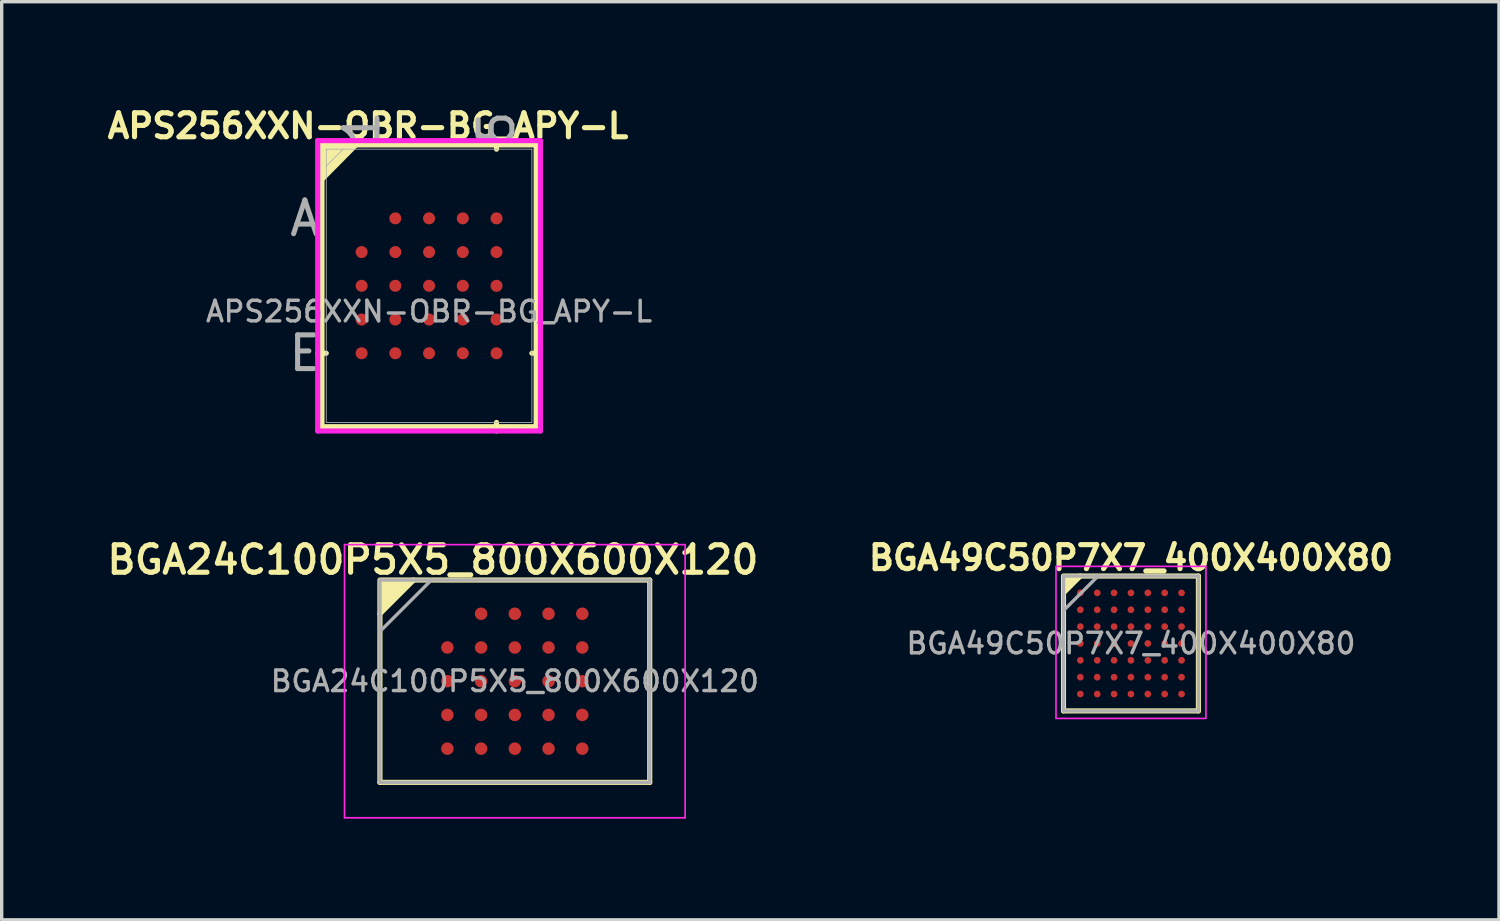
<source format=kicad_pcb>
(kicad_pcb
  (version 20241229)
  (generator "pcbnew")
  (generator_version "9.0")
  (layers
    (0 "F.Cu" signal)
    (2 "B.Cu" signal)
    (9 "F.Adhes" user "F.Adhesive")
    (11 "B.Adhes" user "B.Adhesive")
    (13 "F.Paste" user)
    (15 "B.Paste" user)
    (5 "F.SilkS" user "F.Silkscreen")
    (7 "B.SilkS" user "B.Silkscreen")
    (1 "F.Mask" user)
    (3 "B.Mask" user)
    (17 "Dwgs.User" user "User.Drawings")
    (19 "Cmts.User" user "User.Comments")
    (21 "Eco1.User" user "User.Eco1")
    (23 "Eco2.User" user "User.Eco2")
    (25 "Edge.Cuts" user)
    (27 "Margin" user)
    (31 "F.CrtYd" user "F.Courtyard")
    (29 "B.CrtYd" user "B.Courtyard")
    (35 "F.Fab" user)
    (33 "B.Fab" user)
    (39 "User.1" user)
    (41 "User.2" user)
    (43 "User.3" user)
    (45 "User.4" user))
  (footprint "BGA24C100P5X5_800X600X120"
    (layer "F.Cu")
    (at 12.215 17.148)
    (property "Reference" "BGA24C100P5X5_800X600X120" (at -2.43 -3.6 0) (layer "F.SilkS") (effects (font (size 0.813 0.813) (thickness 0.152) (bold yes))))
    (attr smd)
    (fp_line (start -4 3) (end -4 -2) (stroke (width 0.152) (type solid)) (layer "F.SilkS"))
    (fp_line (start -3 -3) (end 4 -3) (stroke (width 0.152) (type solid)) (layer "F.SilkS"))
    (fp_line (start 4 -3) (end 4 3) (stroke (width 0.152) (type solid)) (layer "F.SilkS"))
    (fp_line (start 4 3) (end -4 3) (stroke (width 0.152) (type solid)) (layer "F.SilkS"))
    (fp_poly (pts (xy -3 -3) (xy -4 -3) (xy -4 -2)) (stroke (width 0.152) (type solid)) (fill yes) (layer "F.SilkS"))
    (fp_line (start -5.05 -4.05) (end 5.05 -4.05) (stroke (width 0.05) (type solid)) (layer "F.CrtYd"))
    (fp_line (start -5.05 4.05) (end -5.05 -4.05) (stroke (width 0.05) (type solid)) (layer "F.CrtYd"))
    (fp_line (start 5.05 -4.05) (end 5.05 4.05) (stroke (width 0.05) (type solid)) (layer "F.CrtYd"))
    (fp_line (start 5.05 4.05) (end -5.05 4.05) (stroke (width 0.05) (type solid)) (layer "F.CrtYd"))
    (fp_line (start -4 -3) (end 4 -3) (stroke (width 0.1) (type solid)) (layer "F.Fab"))
    (fp_line (start -4 -1.475) (end -2.475 -3) (stroke (width 0.1) (type solid)) (layer "F.Fab"))
    (fp_line (start -4 3) (end -4 -3) (stroke (width 0.1) (type solid)) (layer "F.Fab"))
    (fp_line (start 4 -3) (end 4 3) (stroke (width 0.1) (type solid)) (layer "F.Fab"))
    (fp_line (start 4 3) (end -4 3) (stroke (width 0.1) (type solid)) (layer "F.Fab"))
    (fp_text user "${REFERENCE}" (at 0 0 0) (layer "F.Fab") (effects (font (size 0.61 0.61) (thickness 0.102) (bold yes))))
    (pad "A2" smd circle (at -1 -2 90) (size 0.37 0.37) (layers "F.Cu" "F.Mask" "F.Paste"))
    (pad "A3" smd circle (at 0 -2 90) (size 0.37 0.37) (layers "F.Cu" "F.Mask" "F.Paste"))
    (pad "A4" smd circle (at 1 -2 90) (size 0.37 0.37) (layers "F.Cu" "F.Mask" "F.Paste"))
    (pad "A5" smd circle (at 2 -2 90) (size 0.37 0.37) (layers "F.Cu" "F.Mask" "F.Paste"))
    (pad "B1" smd circle (at -2 -1 90) (size 0.37 0.37) (layers "F.Cu" "F.Mask" "F.Paste"))
    (pad "B2" smd circle (at -1 -1 90) (size 0.37 0.37) (layers "F.Cu" "F.Mask" "F.Paste"))
    (pad "B3" smd circle (at 0 -1 90) (size 0.37 0.37) (layers "F.Cu" "F.Mask" "F.Paste"))
    (pad "B4" smd circle (at 1 -1 90) (size 0.37 0.37) (layers "F.Cu" "F.Mask" "F.Paste"))
    (pad "B5" smd circle (at 2 -1 90) (size 0.37 0.37) (layers "F.Cu" "F.Mask" "F.Paste"))
    (pad "C1" smd circle (at -2 0 90) (size 0.37 0.37) (layers "F.Cu" "F.Mask" "F.Paste"))
    (pad "C2" smd circle (at -1 0 90) (size 0.37 0.37) (layers "F.Cu" "F.Mask" "F.Paste"))
    (pad "C3" smd circle (at 0 0 90) (size 0.37 0.37) (layers "F.Cu" "F.Mask" "F.Paste"))
    (pad "C4" smd circle (at 1 0 90) (size 0.37 0.37) (layers "F.Cu" "F.Mask" "F.Paste"))
    (pad "C5" smd circle (at 2 0 90) (size 0.37 0.37) (layers "F.Cu" "F.Mask" "F.Paste"))
    (pad "D1" smd circle (at -2 1 90) (size 0.37 0.37) (layers "F.Cu" "F.Mask" "F.Paste"))
    (pad "D2" smd circle (at -1 1 90) (size 0.37 0.37) (layers "F.Cu" "F.Mask" "F.Paste"))
    (pad "D3" smd circle (at 0 1 90) (size 0.37 0.37) (layers "F.Cu" "F.Mask" "F.Paste"))
    (pad "D4" smd circle (at 1 1 90) (size 0.37 0.37) (layers "F.Cu" "F.Mask" "F.Paste"))
    (pad "D5" smd circle (at 2 1 90) (size 0.37 0.37) (layers "F.Cu" "F.Mask" "F.Paste"))
    (pad "E1" smd circle (at -2 2 90) (size 0.37 0.37) (layers "F.Cu" "F.Mask" "F.Paste"))
    (pad "E2" smd circle (at -1 2 90) (size 0.37 0.37) (layers "F.Cu" "F.Mask" "F.Paste"))
    (pad "E3" smd circle (at 0 2 90) (size 0.37 0.37) (layers "F.Cu" "F.Mask" "F.Paste"))
    (pad "E4" smd circle (at 1 2 90) (size 0.37 0.37) (layers "F.Cu" "F.Mask" "F.Paste"))
    (pad "E5" smd circle (at 2 2 90) (size 0.37 0.37) (layers "F.Cu" "F.Mask" "F.Paste")))
  (footprint "BGA49C50P7X7_400X400X80"
    (layer "F.Cu")
    (at 30.483 16.029)
    (property "Reference" "BGA49C50P7X7_400X400X80" (at 0 -2.54 0) (layer "F.SilkS") (effects (font (size 0.711 0.711) (thickness 0.152) (bold yes))))
    (attr smd)
    (fp_line (start -2 2) (end -2 -1.5) (stroke (width 0.152) (type solid)) (layer "F.SilkS"))
    (fp_line (start -1.5 -2) (end 2 -2) (stroke (width 0.152) (type solid)) (layer "F.SilkS"))
    (fp_line (start 2 -2) (end 2 2) (stroke (width 0.152) (type solid)) (layer "F.SilkS"))
    (fp_line (start 2 2) (end -2 2) (stroke (width 0.152) (type solid)) (layer "F.SilkS"))
    (fp_poly (pts (xy -1.5 -2) (xy -2 -2) (xy -2 -1.5)) (stroke (width 0.152) (type solid)) (fill yes) (layer "F.SilkS"))
    (fp_rect (start -2.223 -2.286) (end 2.223 2.223) (stroke (width 0.05) (type default)) (fill no) (layer "F.CrtYd"))
    (fp_line (start -2 -2) (end 2 -2) (stroke (width 0.1) (type solid)) (layer "F.Fab"))
    (fp_line (start -2 -0.975) (end -0.975 -2) (stroke (width 0.1) (type solid)) (layer "F.Fab"))
    (fp_line (start -2 2) (end -2 -2) (stroke (width 0.1) (type solid)) (layer "F.Fab"))
    (fp_line (start 2 -2) (end 2 2) (stroke (width 0.1) (type solid)) (layer "F.Fab"))
    (fp_line (start 2 2) (end -2 2) (stroke (width 0.1) (type solid)) (layer "F.Fab"))
    (fp_text user "${REFERENCE}" (at 0 0 0) (layer "F.Fab") (effects (font (size 0.61 0.61) (thickness 0.102) (bold yes))))
    (pad "A1" smd circle (at -1.5 -1.5 90) (size 0.2 0.2) (layers "F.Cu" "F.Mask" "F.Paste"))
    (pad "A2" smd circle (at -1 -1.5 90) (size 0.2 0.2) (layers "F.Cu" "F.Mask" "F.Paste"))
    (pad "A3" smd circle (at -0.5 -1.5 90) (size 0.2 0.2) (layers "F.Cu" "F.Mask" "F.Paste"))
    (pad "A4" smd circle (at 0 -1.5 90) (size 0.2 0.2) (layers "F.Cu" "F.Mask" "F.Paste"))
    (pad "A5" smd circle (at 0.5 -1.5 90) (size 0.2 0.2) (layers "F.Cu" "F.Mask" "F.Paste"))
    (pad "A6" smd circle (at 1 -1.5 90) (size 0.2 0.2) (layers "F.Cu" "F.Mask" "F.Paste"))
    (pad "A7" smd circle (at 1.5 -1.5 90) (size 0.2 0.2) (layers "F.Cu" "F.Mask" "F.Paste"))
    (pad "B1" smd circle (at -1.5 -1 90) (size 0.2 0.2) (layers "F.Cu" "F.Mask" "F.Paste"))
    (pad "B2" smd circle (at -1 -1 90) (size 0.2 0.2) (layers "F.Cu" "F.Mask" "F.Paste"))
    (pad "B3" smd circle (at -0.5 -1 90) (size 0.2 0.2) (layers "F.Cu" "F.Mask" "F.Paste"))
    (pad "B4" smd circle (at 0 -1 90) (size 0.2 0.2) (layers "F.Cu" "F.Mask" "F.Paste"))
    (pad "B5" smd circle (at 0.5 -1 90) (size 0.2 0.2) (layers "F.Cu" "F.Mask" "F.Paste"))
    (pad "B6" smd circle (at 1 -1 90) (size 0.2 0.2) (layers "F.Cu" "F.Mask" "F.Paste"))
    (pad "B7" smd circle (at 1.5 -1 90) (size 0.2 0.2) (layers "F.Cu" "F.Mask" "F.Paste"))
    (pad "C1" smd circle (at -1.5 -0.5 90) (size 0.2 0.2) (layers "F.Cu" "F.Mask" "F.Paste"))
    (pad "C2" smd circle (at -1 -0.5 90) (size 0.2 0.2) (layers "F.Cu" "F.Mask" "F.Paste"))
    (pad "C3" smd circle (at -0.5 -0.5 90) (size 0.2 0.2) (layers "F.Cu" "F.Mask" "F.Paste"))
    (pad "C4" smd circle (at 0 -0.5 90) (size 0.2 0.2) (layers "F.Cu" "F.Mask" "F.Paste"))
    (pad "C5" smd circle (at 0.5 -0.5 90) (size 0.2 0.2) (layers "F.Cu" "F.Mask" "F.Paste"))
    (pad "C6" smd circle (at 1 -0.5 90) (size 0.2 0.2) (layers "F.Cu" "F.Mask" "F.Paste"))
    (pad "C7" smd circle (at 1.5 -0.5 90) (size 0.2 0.2) (layers "F.Cu" "F.Mask" "F.Paste"))
    (pad "D1" smd circle (at -1.5 0 90) (size 0.2 0.2) (layers "F.Cu" "F.Mask" "F.Paste"))
    (pad "D2" smd circle (at -1 0 90) (size 0.2 0.2) (layers "F.Cu" "F.Mask" "F.Paste"))
    (pad "D3" smd circle (at -0.5 0 90) (size 0.2 0.2) (layers "F.Cu" "F.Mask" "F.Paste"))
    (pad "D4" smd circle (at 0 0 90) (size 0.2 0.2) (layers "F.Cu" "F.Mask" "F.Paste"))
    (pad "D5" smd circle (at 0.5 0 90) (size 0.2 0.2) (layers "F.Cu" "F.Mask" "F.Paste"))
    (pad "D6" smd circle (at 1 0 90) (size 0.2 0.2) (layers "F.Cu" "F.Mask" "F.Paste"))
    (pad "D7" smd circle (at 1.5 0 90) (size 0.2 0.2) (layers "F.Cu" "F.Mask" "F.Paste"))
    (pad "E1" smd circle (at -1.5 0.5 90) (size 0.2 0.2) (layers "F.Cu" "F.Mask" "F.Paste"))
    (pad "E2" smd circle (at -1 0.5 90) (size 0.2 0.2) (layers "F.Cu" "F.Mask" "F.Paste"))
    (pad "E3" smd circle (at -0.5 0.5 90) (size 0.2 0.2) (layers "F.Cu" "F.Mask" "F.Paste"))
    (pad "E4" smd circle (at 0 0.5 90) (size 0.2 0.2) (layers "F.Cu" "F.Mask" "F.Paste"))
    (pad "E5" smd circle (at 0.5 0.5 90) (size 0.2 0.2) (layers "F.Cu" "F.Mask" "F.Paste"))
    (pad "E6" smd circle (at 1 0.5 90) (size 0.2 0.2) (layers "F.Cu" "F.Mask" "F.Paste"))
    (pad "E7" smd circle (at 1.5 0.5 90) (size 0.2 0.2) (layers "F.Cu" "F.Mask" "F.Paste"))
    (pad "F1" smd circle (at -1.5 1 90) (size 0.2 0.2) (layers "F.Cu" "F.Mask" "F.Paste"))
    (pad "F2" smd circle (at -1 1 90) (size 0.2 0.2) (layers "F.Cu" "F.Mask" "F.Paste"))
    (pad "F3" smd circle (at -0.5 1 90) (size 0.2 0.2) (layers "F.Cu" "F.Mask" "F.Paste"))
    (pad "F4" smd circle (at 0 1 90) (size 0.2 0.2) (layers "F.Cu" "F.Mask" "F.Paste"))
    (pad "F5" smd circle (at 0.5 1 90) (size 0.2 0.2) (layers "F.Cu" "F.Mask" "F.Paste"))
    (pad "F6" smd circle (at 1 1 90) (size 0.2 0.2) (layers "F.Cu" "F.Mask" "F.Paste"))
    (pad "F7" smd circle (at 1.5 1 90) (size 0.2 0.2) (layers "F.Cu" "F.Mask" "F.Paste"))
    (pad "G1" smd circle (at -1.5 1.5 90) (size 0.2 0.2) (layers "F.Cu" "F.Mask" "F.Paste"))
    (pad "G2" smd circle (at -1 1.5 90) (size 0.2 0.2) (layers "F.Cu" "F.Mask" "F.Paste"))
    (pad "G3" smd circle (at -0.5 1.5 90) (size 0.2 0.2) (layers "F.Cu" "F.Mask" "F.Paste"))
    (pad "G4" smd circle (at 0 1.5 90) (size 0.2 0.2) (layers "F.Cu" "F.Mask" "F.Paste"))
    (pad "G5" smd circle (at 0.5 1.5 90) (size 0.2 0.2) (layers "F.Cu" "F.Mask" "F.Paste"))
    (pad "G6" smd circle (at 1 1.5 90) (size 0.2 0.2) (layers "F.Cu" "F.Mask" "F.Paste"))
    (pad "G7" smd circle (at 1.5 1.5 90) (size 0.2 0.2) (layers "F.Cu" "F.Mask" "F.Paste")))
  (footprint "APS256XXN-OBR-BG_APY-L"
    (layer "F.Cu")
    (at 9.672 5.424)
    (property "Reference" "APS256XXN-OBR-BG_APY-L" (at -1.81 -4.74 0) (unlocked yes) (layer "F.SilkS") (effects (font (size 0.711 0.711) (thickness 0.152) (bold yes))))
    (attr smd)
    (fp_line (start -3.175 -4.178) (end -3.175 4.178) (stroke (width 0.152) (type solid)) (layer "F.SilkS"))
    (fp_line (start -3.175 4.178) (end 3.175 4.178) (stroke (width 0.152) (type solid)) (layer "F.SilkS"))
    (fp_line (start -3.048 2) (end -3.302 2) (stroke (width 0.152) (type solid)) (layer "F.SilkS"))
    (fp_line (start 2 -4.051) (end 2 -4.305) (stroke (width 0.152) (type solid)) (layer "F.SilkS"))
    (fp_line (start 2 4.051) (end 2 4.305) (stroke (width 0.152) (type solid)) (layer "F.SilkS"))
    (fp_line (start 3.048 2) (end 3.302 2) (stroke (width 0.152) (type solid)) (layer "F.SilkS"))
    (fp_line (start 3.175 -4.178) (end -3.175 -4.178) (stroke (width 0.152) (type solid)) (layer "F.SilkS"))
    (fp_line (start 3.175 4.178) (end 3.175 -4.178) (stroke (width 0.152) (type solid)) (layer "F.SilkS"))
    (fp_poly (pts (xy -3.175 -3.16) (xy -2.168 -4.178) (xy -3.175 -4.178)) (stroke (width 0.152) (type solid)) (fill yes) (layer "F.SilkS"))
    (fp_line (start -3.302 -4.305) (end 3.302 -4.305) (stroke (width 0.152) (type solid)) (layer "F.CrtYd"))
    (fp_line (start -3.302 4.305) (end -3.302 -4.305) (stroke (width 0.152) (type solid)) (layer "F.CrtYd"))
    (fp_line (start 3.302 -4.305) (end 3.302 4.305) (stroke (width 0.152) (type solid)) (layer "F.CrtYd"))
    (fp_line (start 3.302 4.305) (end -3.302 4.305) (stroke (width 0.152) (type solid)) (layer "F.CrtYd"))
    (fp_line (start -3.048 -4.051) (end -3.048 4.051) (stroke (width 0.025) (type solid)) (layer "F.Fab"))
    (fp_line (start -3.048 4.051) (end 3.048 4.051) (stroke (width 0.025) (type solid)) (layer "F.Fab"))
    (fp_line (start -2.548 -4.051) (end -3.048 -3.551) (stroke (width 0.025) (type solid)) (layer "F.Fab"))
    (fp_line (start 3.048 -4.051) (end -3.048 -4.051) (stroke (width 0.025) (type solid)) (layer "F.Fab"))
    (fp_line (start 3.048 4.051) (end 3.048 -4.051) (stroke (width 0.025) (type solid)) (layer "F.Fab"))
    (fp_text user "1" (at -2 -4.686 90) (unlocked yes) (layer "F.Fab") (effects (font (size 1 1) (thickness 0.15))))
    (fp_text user "A" (at -3.683 -2 0) (unlocked yes) (layer "F.Fab") (effects (font (size 1 1) (thickness 0.15))))
    (fp_text user "${REFERENCE}" (at 0 0.762 0) (unlocked yes) (layer "F.Fab") (effects (font (size 0.61 0.61) (thickness 0.102) (bold yes))))
    (fp_text user "E" (at -3.683 2 0) (unlocked yes) (layer "F.Fab") (effects (font (size 1 1) (thickness 0.15))))
    (fp_text user "5" (at 2 -4.686 90) (unlocked yes) (layer "F.Fab") (effects (font (size 1 1) (thickness 0.15))))
    (pad "A2" smd circle (at -1 -2) (size 0.356 0.356) (layers "F.Cu" "F.Mask" "F.Paste"))
    (pad "A3" smd circle (at 0 -2) (size 0.356 0.356) (layers "F.Cu" "F.Mask" "F.Paste"))
    (pad "A4" smd circle (at 1 -2) (size 0.356 0.356) (layers "F.Cu" "F.Mask" "F.Paste"))
    (pad "A5" smd circle (at 2 -2) (size 0.356 0.356) (layers "F.Cu" "F.Mask" "F.Paste"))
    (pad "B1" smd circle (at -2 -1) (size 0.356 0.356) (layers "F.Cu" "F.Mask" "F.Paste"))
    (pad "B2" smd circle (at -1 -1) (size 0.356 0.356) (layers "F.Cu" "F.Mask" "F.Paste"))
    (pad "B3" smd circle (at 0 -1) (size 0.356 0.356) (layers "F.Cu" "F.Mask" "F.Paste"))
    (pad "B4" smd circle (at 1 -1) (size 0.356 0.356) (layers "F.Cu" "F.Mask" "F.Paste"))
    (pad "B5" smd circle (at 2 -1) (size 0.356 0.356) (layers "F.Cu" "F.Mask" "F.Paste"))
    (pad "C1" smd circle (at -2 0) (size 0.356 0.356) (layers "F.Cu" "F.Mask" "F.Paste"))
    (pad "C2" smd circle (at -1 0) (size 0.356 0.356) (layers "F.Cu" "F.Mask" "F.Paste"))
    (pad "C3" smd circle (at 0 0) (size 0.356 0.356) (layers "F.Cu" "F.Mask" "F.Paste"))
    (pad "C4" smd circle (at 1 0) (size 0.356 0.356) (layers "F.Cu" "F.Mask" "F.Paste"))
    (pad "C5" smd circle (at 2 0) (size 0.356 0.356) (layers "F.Cu" "F.Mask" "F.Paste"))
    (pad "D1" smd circle (at -2 1) (size 0.356 0.356) (layers "F.Cu" "F.Mask" "F.Paste"))
    (pad "D2" smd circle (at -1 1) (size 0.356 0.356) (layers "F.Cu" "F.Mask" "F.Paste"))
    (pad "D3" smd circle (at 0 1) (size 0.356 0.356) (layers "F.Cu" "F.Mask" "F.Paste"))
    (pad "D4" smd circle (at 1 1) (size 0.356 0.356) (layers "F.Cu" "F.Mask" "F.Paste"))
    (pad "D5" smd circle (at 2 1) (size 0.356 0.356) (layers "F.Cu" "F.Mask" "F.Paste"))
    (pad "E1" smd circle (at -2 2) (size 0.356 0.356) (layers "F.Cu" "F.Mask" "F.Paste"))
    (pad "E2" smd circle (at -1 2) (size 0.356 0.356) (layers "F.Cu" "F.Mask" "F.Paste"))
    (pad "E3" smd circle (at 0 2) (size 0.356 0.356) (layers "F.Cu" "F.Mask" "F.Paste"))
    (pad "E4" smd circle (at 1 2) (size 0.356 0.356) (layers "F.Cu" "F.Mask" "F.Paste"))
    (pad "E5" smd circle (at 2 2) (size 0.356 0.356) (layers "F.Cu" "F.Mask" "F.Paste")))
  (gr_rect
    (start -3 -3)
    (end 41.395 24.223)
    (stroke (width 0.1) (type default))
    (fill no)
    (layer "Edge.Cuts")))
</source>
